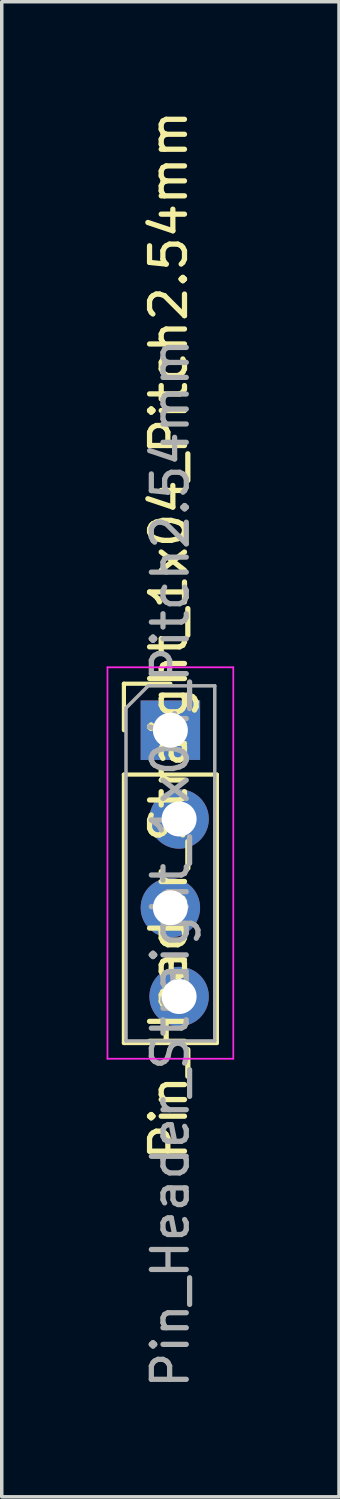
<source format=kicad_pcb>
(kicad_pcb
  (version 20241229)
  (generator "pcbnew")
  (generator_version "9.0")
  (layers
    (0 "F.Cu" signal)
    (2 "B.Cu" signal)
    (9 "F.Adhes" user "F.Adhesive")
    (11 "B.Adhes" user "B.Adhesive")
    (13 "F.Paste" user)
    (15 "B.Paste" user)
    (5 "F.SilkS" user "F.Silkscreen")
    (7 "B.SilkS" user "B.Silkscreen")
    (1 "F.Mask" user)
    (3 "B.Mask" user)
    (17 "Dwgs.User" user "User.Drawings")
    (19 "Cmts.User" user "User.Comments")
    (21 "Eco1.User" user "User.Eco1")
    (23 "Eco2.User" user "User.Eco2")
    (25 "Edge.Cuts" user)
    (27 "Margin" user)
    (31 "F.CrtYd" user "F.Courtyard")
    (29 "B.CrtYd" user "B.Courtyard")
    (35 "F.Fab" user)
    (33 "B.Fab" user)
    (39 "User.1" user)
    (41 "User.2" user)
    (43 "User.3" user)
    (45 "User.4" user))
  (footprint "Pin_Header_Straight_1x04_Pitch2.54mm"
    (layer "F.Cu")
    (at 1.825 17.843)
    (property "Reference" "Pin_Header_Straight_1x04_Pitch2.54mm" (at -0.051 -2.718 90) (layer "F.SilkS") (effects (font (size 1 1) (thickness 0.15))))
    (attr through_hole)
    (fp_line (start -1.33 -1.33) (end 0 -1.33) (stroke (width 0.12) (type solid)) (layer "F.SilkS"))
    (fp_line (start -1.33 0) (end -1.33 -1.33) (stroke (width 0.12) (type solid)) (layer "F.SilkS"))
    (fp_line (start -1.33 1.27) (end -1.33 8.95) (stroke (width 0.12) (type solid)) (layer "F.SilkS"))
    (fp_line (start -1.33 1.27) (end 1.33 1.27) (stroke (width 0.12) (type solid)) (layer "F.SilkS"))
    (fp_line (start -1.33 8.95) (end 1.33 8.95) (stroke (width 0.12) (type solid)) (layer "F.SilkS"))
    (fp_line (start 1.33 1.27) (end 1.33 8.95) (stroke (width 0.12) (type solid)) (layer "F.SilkS"))
    (fp_line (start -1.8 -1.8) (end -1.8 9.4) (stroke (width 0.05) (type solid)) (layer "F.CrtYd"))
    (fp_line (start -1.8 9.4) (end 1.8 9.4) (stroke (width 0.05) (type solid)) (layer "F.CrtYd"))
    (fp_line (start 1.8 -1.8) (end -1.8 -1.8) (stroke (width 0.05) (type solid)) (layer "F.CrtYd"))
    (fp_line (start 1.8 9.4) (end 1.8 -1.8) (stroke (width 0.05) (type solid)) (layer "F.CrtYd"))
    (fp_line (start -1.27 -0.635) (end -0.635 -1.27) (stroke (width 0.1) (type solid)) (layer "F.Fab"))
    (fp_line (start -1.27 8.89) (end -1.27 -0.635) (stroke (width 0.1) (type solid)) (layer "F.Fab"))
    (fp_line (start -0.635 -1.27) (end 1.27 -1.27) (stroke (width 0.1) (type solid)) (layer "F.Fab"))
    (fp_line (start 1.27 -1.27) (end 1.27 8.89) (stroke (width 0.1) (type solid)) (layer "F.Fab"))
    (fp_line (start 1.27 8.89) (end -1.27 8.89) (stroke (width 0.1) (type solid)) (layer "F.Fab"))
    (fp_text user "${REFERENCE}" (at 0 3.81 90) (layer "F.Fab") (effects (font (size 1 1) (thickness 0.15))))
    (pad "1" thru_hole rect (at 0 0) (size 1.7 1.7) (drill 1) (layers "*.Cu" "*.Mask"))
    (pad "2" thru_hole oval (at 0.25 2.54) (size 1.7 1.7) (drill 1) (layers "*.Cu" "*.Mask"))
    (pad "3" thru_hole oval (at 0 5.08) (size 1.7 1.7) (drill 1) (layers "*.Cu" "*.Mask"))
    (pad "4" thru_hole oval (at 0.25 7.62) (size 1.7 1.7) (drill 1) (layers "*.Cu" "*.Mask")))
  (gr_rect
    (start -3 -3)
    (end 6.65 39.778)
    (stroke (width 0.1) (type default))
    (fill no)
    (layer "Edge.Cuts")))
</source>
